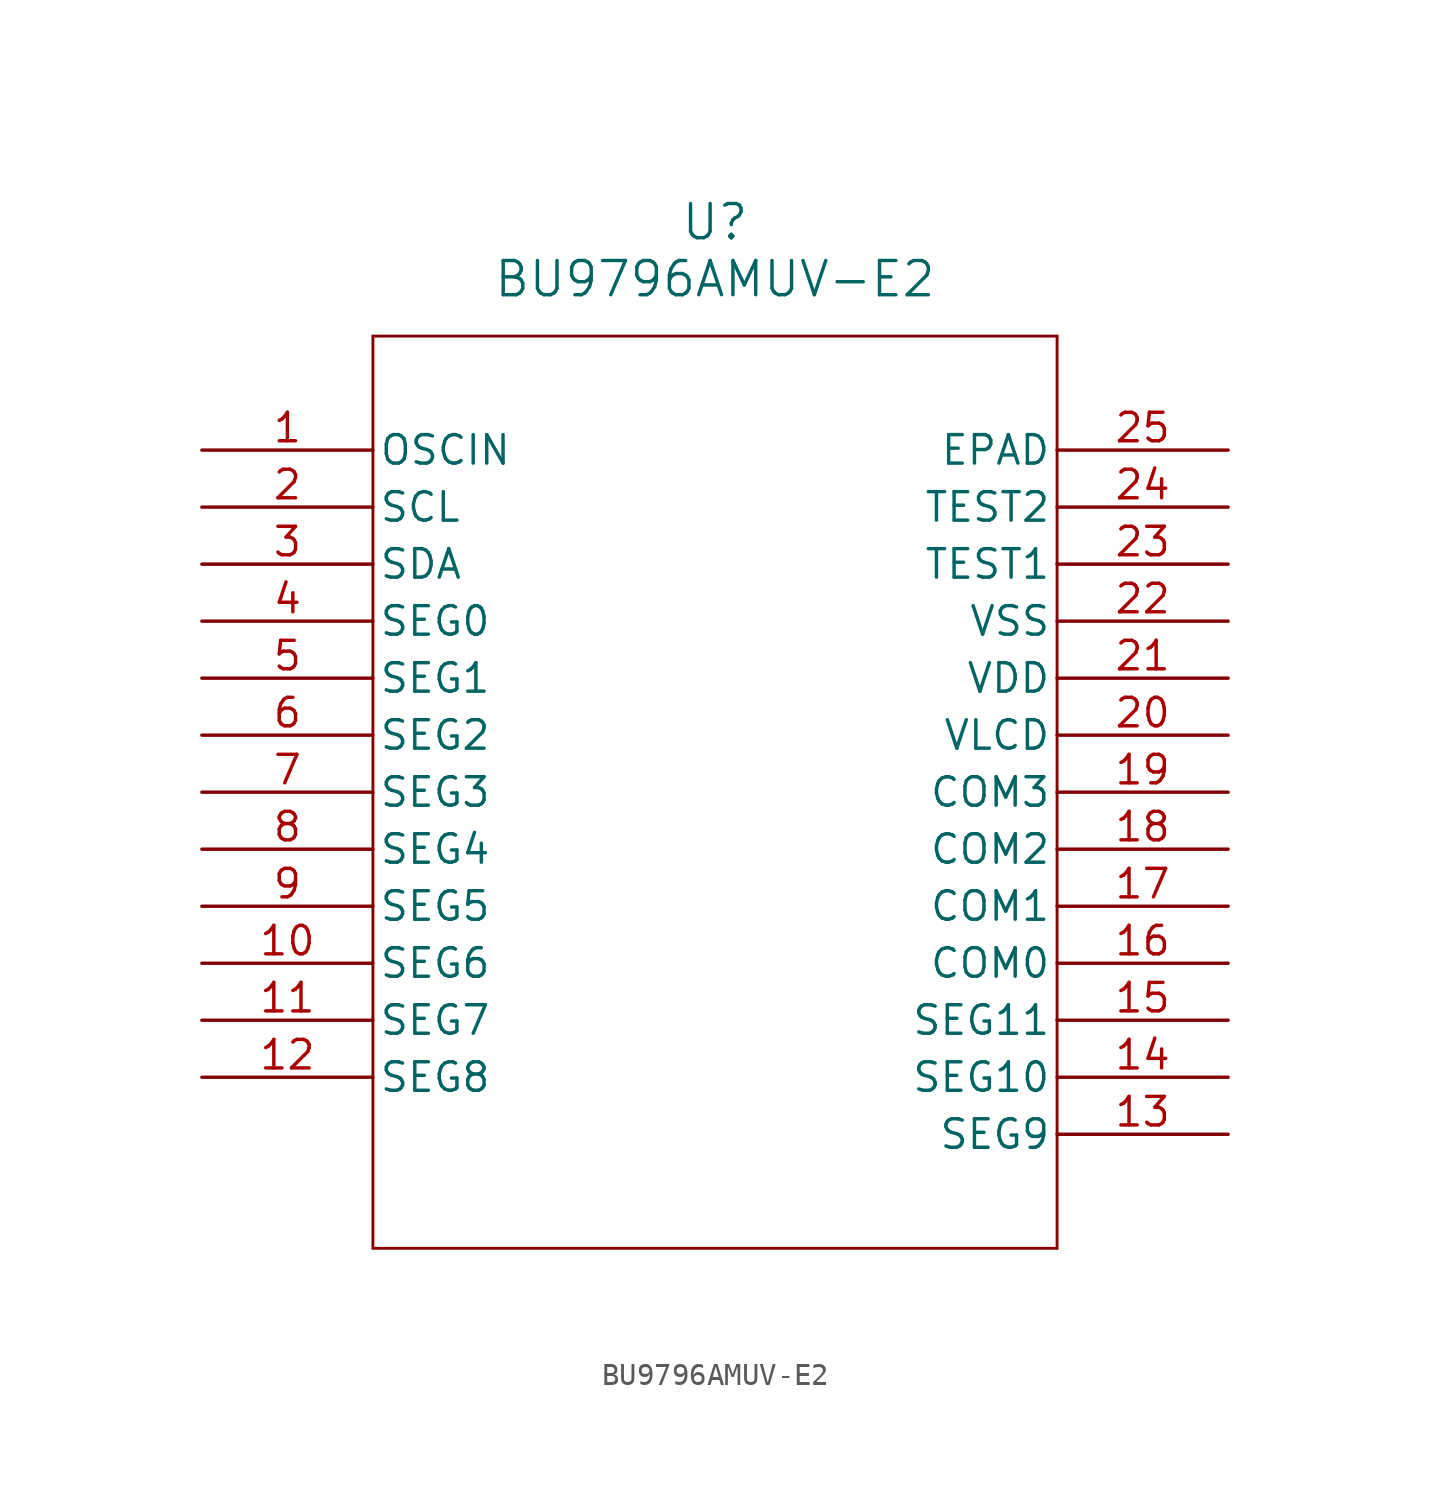
<source format=kicad_sym>
(kicad_symbol_lib
  (version 20211014)
  (generator kicad_symbol_editor)
  (symbol "BU9796AMUV-E2"
    (pin_names
      (offset 0.254))
    (property "Reference" "U"
      (at 22.86 10.16 0)
      (effects (font (size 1.524 1.524))))
    (property "Value" "BU9796AMUV-E2"
      (at 22.86 7.62 0)
      (effects (font (size 1.524 1.524))))
    (symbol "BU9796AMUV-E2_0_1"
      (polyline (pts (xy 7.62 5.08) (xy 7.62 -35.56)) (stroke (width 0.127) (type default) (color 0 0 0 0)) (fill (type none)))
      (polyline (pts (xy 7.62 -35.56) (xy 38.1 -35.56)) (stroke (width 0.127) (type default) (color 0 0 0 0)) (fill (type none)))
      (polyline (pts (xy 38.1 -35.56) (xy 38.1 5.08)) (stroke (width 0.127) (type default) (color 0 0 0 0)) (fill (type none)))
      (polyline (pts (xy 38.1 5.08) (xy 7.62 5.08)) (stroke (width 0.127) (type default) (color 0 0 0 0)) (fill (type none)))
      (pin unspecified line (at 0 0 0) (length 7.62) (name "OSCIN" (effects (font (size 1.27 1.27)))) (number "1" (effects (font (size 1.27 1.27)))))
      (pin unspecified line (at 0 -2.54 0) (length 7.62) (name "SCL" (effects (font (size 1.27 1.27)))) (number "2" (effects (font (size 1.27 1.27)))))
      (pin unspecified line (at 0 -5.08 0) (length 7.62) (name "SDA" (effects (font (size 1.27 1.27)))) (number "3" (effects (font (size 1.27 1.27)))))
      (pin bidirectional line (at 0 -7.62 0) (length 7.62) (name "SEG0" (effects (font (size 1.27 1.27)))) (number "4" (effects (font (size 1.27 1.27)))))
      (pin bidirectional line (at 0 -10.16 0) (length 7.62) (name "SEG1" (effects (font (size 1.27 1.27)))) (number "5" (effects (font (size 1.27 1.27)))))
      (pin bidirectional line (at 0 -12.7 0) (length 7.62) (name "SEG2" (effects (font (size 1.27 1.27)))) (number "6" (effects (font (size 1.27 1.27)))))
      (pin bidirectional line (at 0 -15.24 0) (length 7.62) (name "SEG3" (effects (font (size 1.27 1.27)))) (number "7" (effects (font (size 1.27 1.27)))))
      (pin bidirectional line (at 0 -17.78 0) (length 7.62) (name "SEG4" (effects (font (size 1.27 1.27)))) (number "8" (effects (font (size 1.27 1.27)))))
      (pin bidirectional line (at 0 -20.32 0) (length 7.62) (name "SEG5" (effects (font (size 1.27 1.27)))) (number "9" (effects (font (size 1.27 1.27)))))
      (pin bidirectional line (at 0 -22.86 0) (length 7.62) (name "SEG6" (effects (font (size 1.27 1.27)))) (number "10" (effects (font (size 1.27 1.27)))))
      (pin bidirectional line (at 0 -25.4 0) (length 7.62) (name "SEG7" (effects (font (size 1.27 1.27)))) (number "11" (effects (font (size 1.27 1.27)))))
      (pin bidirectional line (at 0 -27.94 0) (length 7.62) (name "SEG8" (effects (font (size 1.27 1.27)))) (number "12" (effects (font (size 1.27 1.27)))))
      (pin bidirectional line (at 45.72 -30.48 180) (length 7.62) (name "SEG9" (effects (font (size 1.27 1.27)))) (number "13" (effects (font (size 1.27 1.27)))))
      (pin bidirectional line (at 45.72 -27.94 180) (length 7.62) (name "SEG10" (effects (font (size 1.27 1.27)))) (number "14" (effects (font (size 1.27 1.27)))))
      (pin bidirectional line (at 45.72 -25.4 180) (length 7.62) (name "SEG11" (effects (font (size 1.27 1.27)))) (number "15" (effects (font (size 1.27 1.27)))))
      (pin bidirectional line (at 45.72 -22.86 180) (length 7.62) (name "COM0" (effects (font (size 1.27 1.27)))) (number "16" (effects (font (size 1.27 1.27)))))
      (pin bidirectional line (at 45.72 -20.32 180) (length 7.62) (name "COM1" (effects (font (size 1.27 1.27)))) (number "17" (effects (font (size 1.27 1.27)))))
      (pin bidirectional line (at 45.72 -17.78 180) (length 7.62) (name "COM2" (effects (font (size 1.27 1.27)))) (number "18" (effects (font (size 1.27 1.27)))))
      (pin bidirectional line (at 45.72 -15.24 180) (length 7.62) (name "COM3" (effects (font (size 1.27 1.27)))) (number "19" (effects (font (size 1.27 1.27)))))
      (pin unspecified line (at 45.72 -12.7 180) (length 7.62) (name "VLCD" (effects (font (size 1.27 1.27)))) (number "20" (effects (font (size 1.27 1.27)))))
      (pin power_in line (at 45.72 -10.16 180) (length 7.62) (name "VDD" (effects (font (size 1.27 1.27)))) (number "21" (effects (font (size 1.27 1.27)))))
      (pin power_out line (at 45.72 -7.62 180) (length 7.62) (name "VSS" (effects (font (size 1.27 1.27)))) (number "22" (effects (font (size 1.27 1.27)))))
      (pin bidirectional line (at 45.72 -5.08 180) (length 7.62) (name "TEST1" (effects (font (size 1.27 1.27)))) (number "23" (effects (font (size 1.27 1.27)))))
      (pin bidirectional line (at 45.72 -2.54 180) (length 7.62) (name "TEST2" (effects (font (size 1.27 1.27)))) (number "24" (effects (font (size 1.27 1.27)))))
      (pin unspecified line (at 45.72 0 180) (length 7.62) (name "EPAD" (effects (font (size 1.27 1.27)))) (number "25" (effects (font (size 1.27 1.27))))))))
</source>
